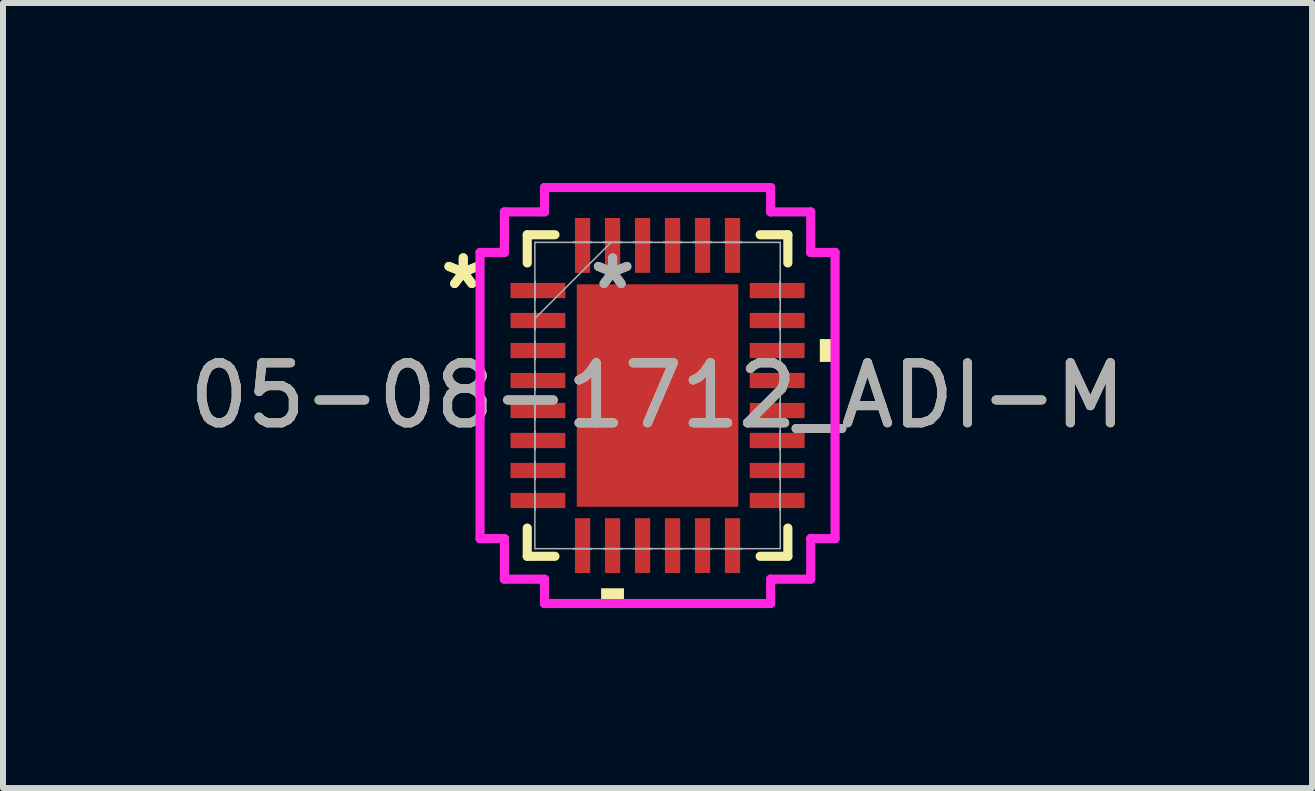
<source format=kicad_pcb>
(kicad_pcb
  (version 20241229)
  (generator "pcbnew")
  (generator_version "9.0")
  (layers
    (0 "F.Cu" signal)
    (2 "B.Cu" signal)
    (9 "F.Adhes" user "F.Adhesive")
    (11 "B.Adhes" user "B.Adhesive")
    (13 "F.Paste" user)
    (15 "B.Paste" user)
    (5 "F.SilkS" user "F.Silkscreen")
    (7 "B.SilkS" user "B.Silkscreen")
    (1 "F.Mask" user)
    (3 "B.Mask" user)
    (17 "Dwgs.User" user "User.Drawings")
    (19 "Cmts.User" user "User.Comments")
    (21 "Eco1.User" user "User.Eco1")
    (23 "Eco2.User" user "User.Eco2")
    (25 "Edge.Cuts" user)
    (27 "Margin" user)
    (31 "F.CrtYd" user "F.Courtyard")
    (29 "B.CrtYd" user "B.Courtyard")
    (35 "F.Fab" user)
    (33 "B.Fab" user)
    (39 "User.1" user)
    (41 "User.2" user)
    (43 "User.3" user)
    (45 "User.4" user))
  (footprint "05-08-1712_ADI-M"
    (layer "F.Cu")
    (at 7.911 3.543)
    (property "Reference" "05-08-1712_ADI-M" (at 0 0 0) (unlocked yes) (layer "F.SilkS") (effects (font (size 1 1) (thickness 0.15))))
    (attr smd)
    (fp_line (start -2.172 -2.68) (end -2.172 -2.21) (stroke (width 0.152) (type solid)) (layer "F.SilkS"))
    (fp_line (start -2.172 2.21) (end -2.172 2.68) (stroke (width 0.152) (type solid)) (layer "F.SilkS"))
    (fp_line (start -2.172 2.68) (end -1.71 2.68) (stroke (width 0.152) (type solid)) (layer "F.SilkS"))
    (fp_line (start -1.71 -2.68) (end -2.172 -2.68) (stroke (width 0.152) (type solid)) (layer "F.SilkS"))
    (fp_line (start 1.71 2.68) (end 2.172 2.68) (stroke (width 0.152) (type solid)) (layer "F.SilkS"))
    (fp_line (start 2.172 -2.68) (end 1.71 -2.68) (stroke (width 0.152) (type solid)) (layer "F.SilkS"))
    (fp_line (start 2.172 -2.21) (end 2.172 -2.68) (stroke (width 0.152) (type solid)) (layer "F.SilkS"))
    (fp_line (start 2.172 2.68) (end 2.172 2.21) (stroke (width 0.152) (type solid)) (layer "F.SilkS"))
    (fp_poly (pts (xy -0.941 3.213) (xy -0.941 3.467) (xy -0.56 3.467) (xy -0.56 3.213)) (stroke (width 0) (type solid)) (fill yes) (layer "F.SilkS"))
    (fp_poly (pts (xy 2.959 -0.941) (xy 2.959 -0.56) (xy 2.705 -0.56) (xy 2.705 -0.941)) (stroke (width 0) (type solid)) (fill yes) (layer "F.SilkS"))
    (fp_line (start -2.959 -2.385) (end -2.553 -2.385) (stroke (width 0.152) (type solid)) (layer "F.CrtYd"))
    (fp_line (start -2.959 2.385) (end -2.959 -2.385) (stroke (width 0.152) (type solid)) (layer "F.CrtYd"))
    (fp_line (start -2.553 -3.061) (end -1.885 -3.061) (stroke (width 0.152) (type solid)) (layer "F.CrtYd"))
    (fp_line (start -2.553 -2.385) (end -2.553 -3.061) (stroke (width 0.152) (type solid)) (layer "F.CrtYd"))
    (fp_line (start -2.553 2.385) (end -2.959 2.385) (stroke (width 0.152) (type solid)) (layer "F.CrtYd"))
    (fp_line (start -2.553 3.061) (end -2.553 2.385) (stroke (width 0.152) (type solid)) (layer "F.CrtYd"))
    (fp_line (start -1.885 -3.467) (end 1.885 -3.467) (stroke (width 0.152) (type solid)) (layer "F.CrtYd"))
    (fp_line (start -1.885 -3.061) (end -1.885 -3.467) (stroke (width 0.152) (type solid)) (layer "F.CrtYd"))
    (fp_line (start -1.885 3.061) (end -2.553 3.061) (stroke (width 0.152) (type solid)) (layer "F.CrtYd"))
    (fp_line (start -1.885 3.467) (end -1.885 3.061) (stroke (width 0.152) (type solid)) (layer "F.CrtYd"))
    (fp_line (start 1.885 -3.467) (end 1.885 -3.061) (stroke (width 0.152) (type solid)) (layer "F.CrtYd"))
    (fp_line (start 1.885 -3.061) (end 2.553 -3.061) (stroke (width 0.152) (type solid)) (layer "F.CrtYd"))
    (fp_line (start 1.885 3.061) (end 1.885 3.467) (stroke (width 0.152) (type solid)) (layer "F.CrtYd"))
    (fp_line (start 1.885 3.467) (end -1.885 3.467) (stroke (width 0.152) (type solid)) (layer "F.CrtYd"))
    (fp_line (start 2.553 -3.061) (end 2.553 -2.385) (stroke (width 0.152) (type solid)) (layer "F.CrtYd"))
    (fp_line (start 2.553 -2.385) (end 2.959 -2.385) (stroke (width 0.152) (type solid)) (layer "F.CrtYd"))
    (fp_line (start 2.553 2.385) (end 2.553 3.061) (stroke (width 0.152) (type solid)) (layer "F.CrtYd"))
    (fp_line (start 2.553 3.061) (end 1.885 3.061) (stroke (width 0.152) (type solid)) (layer "F.CrtYd"))
    (fp_line (start 2.959 -2.385) (end 2.959 2.385) (stroke (width 0.152) (type solid)) (layer "F.CrtYd"))
    (fp_line (start 2.959 2.385) (end 2.553 2.385) (stroke (width 0.152) (type solid)) (layer "F.CrtYd"))
    (fp_line (start -2.045 -2.553) (end -2.045 2.553) (stroke (width 0.025) (type solid)) (layer "F.Fab"))
    (fp_line (start -2.045 -1.902) (end -2.045 -1.902) (stroke (width 0.025) (type solid)) (layer "F.Fab"))
    (fp_line (start -2.045 -1.902) (end -2.045 -1.598) (stroke (width 0.025) (type solid)) (layer "F.Fab"))
    (fp_line (start -2.045 -1.598) (end -2.045 -1.902) (stroke (width 0.025) (type solid)) (layer "F.Fab"))
    (fp_line (start -2.045 -1.598) (end -2.045 -1.598) (stroke (width 0.025) (type solid)) (layer "F.Fab"))
    (fp_line (start -2.045 -1.402) (end -2.045 -1.402) (stroke (width 0.025) (type solid)) (layer "F.Fab"))
    (fp_line (start -2.045 -1.402) (end -2.045 -1.098) (stroke (width 0.025) (type solid)) (layer "F.Fab"))
    (fp_line (start -2.045 -1.283) (end -0.775 -2.553) (stroke (width 0.025) (type solid)) (layer "F.Fab"))
    (fp_line (start -2.045 -1.098) (end -2.045 -1.402) (stroke (width 0.025) (type solid)) (layer "F.Fab"))
    (fp_line (start -2.045 -1.098) (end -2.045 -1.098) (stroke (width 0.025) (type solid)) (layer "F.Fab"))
    (fp_line (start -2.045 -0.902) (end -2.045 -0.902) (stroke (width 0.025) (type solid)) (layer "F.Fab"))
    (fp_line (start -2.045 -0.902) (end -2.045 -0.598) (stroke (width 0.025) (type solid)) (layer "F.Fab"))
    (fp_line (start -2.045 -0.598) (end -2.045 -0.902) (stroke (width 0.025) (type solid)) (layer "F.Fab"))
    (fp_line (start -2.045 -0.598) (end -2.045 -0.598) (stroke (width 0.025) (type solid)) (layer "F.Fab"))
    (fp_line (start -2.045 -0.402) (end -2.045 -0.402) (stroke (width 0.025) (type solid)) (layer "F.Fab"))
    (fp_line (start -2.045 -0.402) (end -2.045 -0.098) (stroke (width 0.025) (type solid)) (layer "F.Fab"))
    (fp_line (start -2.045 -0.098) (end -2.045 -0.402) (stroke (width 0.025) (type solid)) (layer "F.Fab"))
    (fp_line (start -2.045 -0.098) (end -2.045 -0.098) (stroke (width 0.025) (type solid)) (layer "F.Fab"))
    (fp_line (start -2.045 0.098) (end -2.045 0.098) (stroke (width 0.025) (type solid)) (layer "F.Fab"))
    (fp_line (start -2.045 0.098) (end -2.045 0.402) (stroke (width 0.025) (type solid)) (layer "F.Fab"))
    (fp_line (start -2.045 0.402) (end -2.045 0.098) (stroke (width 0.025) (type solid)) (layer "F.Fab"))
    (fp_line (start -2.045 0.402) (end -2.045 0.402) (stroke (width 0.025) (type solid)) (layer "F.Fab"))
    (fp_line (start -2.045 0.598) (end -2.045 0.598) (stroke (width 0.025) (type solid)) (layer "F.Fab"))
    (fp_line (start -2.045 0.598) (end -2.045 0.902) (stroke (width 0.025) (type solid)) (layer "F.Fab"))
    (fp_line (start -2.045 0.902) (end -2.045 0.598) (stroke (width 0.025) (type solid)) (layer "F.Fab"))
    (fp_line (start -2.045 0.902) (end -2.045 0.902) (stroke (width 0.025) (type solid)) (layer "F.Fab"))
    (fp_line (start -2.045 1.098) (end -2.045 1.098) (stroke (width 0.025) (type solid)) (layer "F.Fab"))
    (fp_line (start -2.045 1.098) (end -2.045 1.402) (stroke (width 0.025) (type solid)) (layer "F.Fab"))
    (fp_line (start -2.045 1.402) (end -2.045 1.098) (stroke (width 0.025) (type solid)) (layer "F.Fab"))
    (fp_line (start -2.045 1.402) (end -2.045 1.402) (stroke (width 0.025) (type solid)) (layer "F.Fab"))
    (fp_line (start -2.045 1.598) (end -2.045 1.598) (stroke (width 0.025) (type solid)) (layer "F.Fab"))
    (fp_line (start -2.045 1.598) (end -2.045 1.902) (stroke (width 0.025) (type solid)) (layer "F.Fab"))
    (fp_line (start -2.045 1.902) (end -2.045 1.598) (stroke (width 0.025) (type solid)) (layer "F.Fab"))
    (fp_line (start -2.045 1.902) (end -2.045 1.902) (stroke (width 0.025) (type solid)) (layer "F.Fab"))
    (fp_line (start -2.045 2.553) (end 2.045 2.553) (stroke (width 0.025) (type solid)) (layer "F.Fab"))
    (fp_line (start -1.402 -2.553) (end -1.402 -2.553) (stroke (width 0.025) (type solid)) (layer "F.Fab"))
    (fp_line (start -1.402 -2.553) (end -1.098 -2.553) (stroke (width 0.025) (type solid)) (layer "F.Fab"))
    (fp_line (start -1.402 2.553) (end -1.402 2.553) (stroke (width 0.025) (type solid)) (layer "F.Fab"))
    (fp_line (start -1.402 2.553) (end -1.098 2.553) (stroke (width 0.025) (type solid)) (layer "F.Fab"))
    (fp_line (start -1.098 -2.553) (end -1.402 -2.553) (stroke (width 0.025) (type solid)) (layer "F.Fab"))
    (fp_line (start -1.098 -2.553) (end -1.098 -2.553) (stroke (width 0.025) (type solid)) (layer "F.Fab"))
    (fp_line (start -1.098 2.553) (end -1.402 2.553) (stroke (width 0.025) (type solid)) (layer "F.Fab"))
    (fp_line (start -1.098 2.553) (end -1.098 2.553) (stroke (width 0.025) (type solid)) (layer "F.Fab"))
    (fp_line (start -0.902 -2.553) (end -0.902 -2.553) (stroke (width 0.025) (type solid)) (layer "F.Fab"))
    (fp_line (start -0.902 -2.553) (end -0.598 -2.553) (stroke (width 0.025) (type solid)) (layer "F.Fab"))
    (fp_line (start -0.902 2.553) (end -0.902 2.553) (stroke (width 0.025) (type solid)) (layer "F.Fab"))
    (fp_line (start -0.902 2.553) (end -0.598 2.553) (stroke (width 0.025) (type solid)) (layer "F.Fab"))
    (fp_line (start -0.598 -2.553) (end -0.902 -2.553) (stroke (width 0.025) (type solid)) (layer "F.Fab"))
    (fp_line (start -0.598 -2.553) (end -0.598 -2.553) (stroke (width 0.025) (type solid)) (layer "F.Fab"))
    (fp_line (start -0.598 2.553) (end -0.902 2.553) (stroke (width 0.025) (type solid)) (layer "F.Fab"))
    (fp_line (start -0.598 2.553) (end -0.598 2.553) (stroke (width 0.025) (type solid)) (layer "F.Fab"))
    (fp_line (start -0.402 -2.553) (end -0.402 -2.553) (stroke (width 0.025) (type solid)) (layer "F.Fab"))
    (fp_line (start -0.402 -2.553) (end -0.098 -2.553) (stroke (width 0.025) (type solid)) (layer "F.Fab"))
    (fp_line (start -0.402 2.553) (end -0.402 2.553) (stroke (width 0.025) (type solid)) (layer "F.Fab"))
    (fp_line (start -0.402 2.553) (end -0.098 2.553) (stroke (width 0.025) (type solid)) (layer "F.Fab"))
    (fp_line (start -0.098 -2.553) (end -0.402 -2.553) (stroke (width 0.025) (type solid)) (layer "F.Fab"))
    (fp_line (start -0.098 -2.553) (end -0.098 -2.553) (stroke (width 0.025) (type solid)) (layer "F.Fab"))
    (fp_line (start -0.098 2.553) (end -0.402 2.553) (stroke (width 0.025) (type solid)) (layer "F.Fab"))
    (fp_line (start -0.098 2.553) (end -0.098 2.553) (stroke (width 0.025) (type solid)) (layer "F.Fab"))
    (fp_line (start 0.098 -2.553) (end 0.098 -2.553) (stroke (width 0.025) (type solid)) (layer "F.Fab"))
    (fp_line (start 0.098 -2.553) (end 0.402 -2.553) (stroke (width 0.025) (type solid)) (layer "F.Fab"))
    (fp_line (start 0.098 2.553) (end 0.098 2.553) (stroke (width 0.025) (type solid)) (layer "F.Fab"))
    (fp_line (start 0.098 2.553) (end 0.402 2.553) (stroke (width 0.025) (type solid)) (layer "F.Fab"))
    (fp_line (start 0.402 -2.553) (end 0.098 -2.553) (stroke (width 0.025) (type solid)) (layer "F.Fab"))
    (fp_line (start 0.402 -2.553) (end 0.402 -2.553) (stroke (width 0.025) (type solid)) (layer "F.Fab"))
    (fp_line (start 0.402 2.553) (end 0.098 2.553) (stroke (width 0.025) (type solid)) (layer "F.Fab"))
    (fp_line (start 0.402 2.553) (end 0.402 2.553) (stroke (width 0.025) (type solid)) (layer "F.Fab"))
    (fp_line (start 0.598 -2.553) (end 0.598 -2.553) (stroke (width 0.025) (type solid)) (layer "F.Fab"))
    (fp_line (start 0.598 -2.553) (end 0.902 -2.553) (stroke (width 0.025) (type solid)) (layer "F.Fab"))
    (fp_line (start 0.598 2.553) (end 0.598 2.553) (stroke (width 0.025) (type solid)) (layer "F.Fab"))
    (fp_line (start 0.598 2.553) (end 0.902 2.553) (stroke (width 0.025) (type solid)) (layer "F.Fab"))
    (fp_line (start 0.902 -2.553) (end 0.598 -2.553) (stroke (width 0.025) (type solid)) (layer "F.Fab"))
    (fp_line (start 0.902 -2.553) (end 0.902 -2.553) (stroke (width 0.025) (type solid)) (layer "F.Fab"))
    (fp_line (start 0.902 2.553) (end 0.598 2.553) (stroke (width 0.025) (type solid)) (layer "F.Fab"))
    (fp_line (start 0.902 2.553) (end 0.902 2.553) (stroke (width 0.025) (type solid)) (layer "F.Fab"))
    (fp_line (start 1.098 -2.553) (end 1.098 -2.553) (stroke (width 0.025) (type solid)) (layer "F.Fab"))
    (fp_line (start 1.098 -2.553) (end 1.402 -2.553) (stroke (width 0.025) (type solid)) (layer "F.Fab"))
    (fp_line (start 1.098 2.553) (end 1.098 2.553) (stroke (width 0.025) (type solid)) (layer "F.Fab"))
    (fp_line (start 1.098 2.553) (end 1.402 2.553) (stroke (width 0.025) (type solid)) (layer "F.Fab"))
    (fp_line (start 1.402 -2.553) (end 1.098 -2.553) (stroke (width 0.025) (type solid)) (layer "F.Fab"))
    (fp_line (start 1.402 -2.553) (end 1.402 -2.553) (stroke (width 0.025) (type solid)) (layer "F.Fab"))
    (fp_line (start 1.402 2.553) (end 1.098 2.553) (stroke (width 0.025) (type solid)) (layer "F.Fab"))
    (fp_line (start 1.402 2.553) (end 1.402 2.553) (stroke (width 0.025) (type solid)) (layer "F.Fab"))
    (fp_line (start 2.045 -2.553) (end -2.045 -2.553) (stroke (width 0.025) (type solid)) (layer "F.Fab"))
    (fp_line (start 2.045 -1.902) (end 2.045 -1.902) (stroke (width 0.025) (type solid)) (layer "F.Fab"))
    (fp_line (start 2.045 -1.902) (end 2.045 -1.598) (stroke (width 0.025) (type solid)) (layer "F.Fab"))
    (fp_line (start 2.045 -1.598) (end 2.045 -1.902) (stroke (width 0.025) (type solid)) (layer "F.Fab"))
    (fp_line (start 2.045 -1.598) (end 2.045 -1.598) (stroke (width 0.025) (type solid)) (layer "F.Fab"))
    (fp_line (start 2.045 -1.402) (end 2.045 -1.402) (stroke (width 0.025) (type solid)) (layer "F.Fab"))
    (fp_line (start 2.045 -1.402) (end 2.045 -1.098) (stroke (width 0.025) (type solid)) (layer "F.Fab"))
    (fp_line (start 2.045 -1.098) (end 2.045 -1.402) (stroke (width 0.025) (type solid)) (layer "F.Fab"))
    (fp_line (start 2.045 -1.098) (end 2.045 -1.098) (stroke (width 0.025) (type solid)) (layer "F.Fab"))
    (fp_line (start 2.045 -0.902) (end 2.045 -0.902) (stroke (width 0.025) (type solid)) (layer "F.Fab"))
    (fp_line (start 2.045 -0.902) (end 2.045 -0.598) (stroke (width 0.025) (type solid)) (layer "F.Fab"))
    (fp_line (start 2.045 -0.598) (end 2.045 -0.902) (stroke (width 0.025) (type solid)) (layer "F.Fab"))
    (fp_line (start 2.045 -0.598) (end 2.045 -0.598) (stroke (width 0.025) (type solid)) (layer "F.Fab"))
    (fp_line (start 2.045 -0.402) (end 2.045 -0.402) (stroke (width 0.025) (type solid)) (layer "F.Fab"))
    (fp_line (start 2.045 -0.402) (end 2.045 -0.098) (stroke (width 0.025) (type solid)) (layer "F.Fab"))
    (fp_line (start 2.045 -0.098) (end 2.045 -0.402) (stroke (width 0.025) (type solid)) (layer "F.Fab"))
    (fp_line (start 2.045 -0.098) (end 2.045 -0.098) (stroke (width 0.025) (type solid)) (layer "F.Fab"))
    (fp_line (start 2.045 0.098) (end 2.045 0.098) (stroke (width 0.025) (type solid)) (layer "F.Fab"))
    (fp_line (start 2.045 0.098) (end 2.045 0.402) (stroke (width 0.025) (type solid)) (layer "F.Fab"))
    (fp_line (start 2.045 0.402) (end 2.045 0.098) (stroke (width 0.025) (type solid)) (layer "F.Fab"))
    (fp_line (start 2.045 0.402) (end 2.045 0.402) (stroke (width 0.025) (type solid)) (layer "F.Fab"))
    (fp_line (start 2.045 0.598) (end 2.045 0.598) (stroke (width 0.025) (type solid)) (layer "F.Fab"))
    (fp_line (start 2.045 0.598) (end 2.045 0.902) (stroke (width 0.025) (type solid)) (layer "F.Fab"))
    (fp_line (start 2.045 0.902) (end 2.045 0.598) (stroke (width 0.025) (type solid)) (layer "F.Fab"))
    (fp_line (start 2.045 0.902) (end 2.045 0.902) (stroke (width 0.025) (type solid)) (layer "F.Fab"))
    (fp_line (start 2.045 1.098) (end 2.045 1.098) (stroke (width 0.025) (type solid)) (layer "F.Fab"))
    (fp_line (start 2.045 1.098) (end 2.045 1.402) (stroke (width 0.025) (type solid)) (layer "F.Fab"))
    (fp_line (start 2.045 1.402) (end 2.045 1.098) (stroke (width 0.025) (type solid)) (layer "F.Fab"))
    (fp_line (start 2.045 1.402) (end 2.045 1.402) (stroke (width 0.025) (type solid)) (layer "F.Fab"))
    (fp_line (start 2.045 1.598) (end 2.045 1.598) (stroke (width 0.025) (type solid)) (layer "F.Fab"))
    (fp_line (start 2.045 1.598) (end 2.045 1.902) (stroke (width 0.025) (type solid)) (layer "F.Fab"))
    (fp_line (start 2.045 1.902) (end 2.045 1.598) (stroke (width 0.025) (type solid)) (layer "F.Fab"))
    (fp_line (start 2.045 1.902) (end 2.045 1.902) (stroke (width 0.025) (type solid)) (layer "F.Fab"))
    (fp_line (start 2.045 2.553) (end 2.045 -2.553) (stroke (width 0.025) (type solid)) (layer "F.Fab"))
    (fp_text user "*" (at -3.239 -1.75 0) (layer "F.SilkS") (effects (font (size 1 1) (thickness 0.15))))
    (fp_text user "*" (at -3.239 -1.75 0) (unlocked yes) (layer "F.SilkS") (effects (font (size 1 1) (thickness 0.15))))
    (fp_text user "${REFERENCE}" (at 0 0 0) (unlocked yes) (layer "F.Fab") (effects (font (size 1 1) (thickness 0.15))))
    (fp_text user "*" (at -0.749 -1.75 0) (unlocked yes) (layer "F.Fab") (effects (font (size 1 1) (thickness 0.15))))
    (fp_text user "*" (at -0.749 -1.75 0) (layer "F.Fab") (effects (font (size 1 1) (thickness 0.15))))
    (pad "1" smd rect (at -1.994 -1.75 90) (size 0.254 0.914) (layers "F.Cu" "F.Mask" "F.Paste"))
    (pad "2" smd rect (at -1.994 -1.25 90) (size 0.254 0.914) (layers "F.Cu" "F.Mask" "F.Paste"))
    (pad "3" smd rect (at -1.994 -0.75 90) (size 0.254 0.914) (layers "F.Cu" "F.Mask" "F.Paste"))
    (pad "4" smd rect (at -1.994 -0.25 90) (size 0.254 0.914) (layers "F.Cu" "F.Mask" "F.Paste"))
    (pad "5" smd rect (at -1.994 0.25 90) (size 0.254 0.914) (layers "F.Cu" "F.Mask" "F.Paste"))
    (pad "6" smd rect (at -1.994 0.75 90) (size 0.254 0.914) (layers "F.Cu" "F.Mask" "F.Paste"))
    (pad "7" smd rect (at -1.994 1.25 90) (size 0.254 0.914) (layers "F.Cu" "F.Mask" "F.Paste"))
    (pad "8" smd rect (at -1.994 1.75 90) (size 0.254 0.914) (layers "F.Cu" "F.Mask" "F.Paste"))
    (pad "9" smd rect (at -1.25 2.502) (size 0.254 0.914) (layers "F.Cu" "F.Mask" "F.Paste"))
    (pad "10" smd rect (at -0.75 2.502) (size 0.254 0.914) (layers "F.Cu" "F.Mask" "F.Paste"))
    (pad "11" smd rect (at -0.25 2.502) (size 0.254 0.914) (layers "F.Cu" "F.Mask" "F.Paste"))
    (pad "12" smd rect (at 0.25 2.502) (size 0.254 0.914) (layers "F.Cu" "F.Mask" "F.Paste"))
    (pad "13" smd rect (at 0.75 2.502) (size 0.254 0.914) (layers "F.Cu" "F.Mask" "F.Paste"))
    (pad "14" smd rect (at 1.25 2.502) (size 0.254 0.914) (layers "F.Cu" "F.Mask" "F.Paste"))
    (pad "15" smd rect (at 1.994 1.75 90) (size 0.254 0.914) (layers "F.Cu" "F.Mask" "F.Paste"))
    (pad "16" smd rect (at 1.994 1.25 90) (size 0.254 0.914) (layers "F.Cu" "F.Mask" "F.Paste"))
    (pad "17" smd rect (at 1.994 0.75 90) (size 0.254 0.914) (layers "F.Cu" "F.Mask" "F.Paste"))
    (pad "18" smd rect (at 1.994 0.25 90) (size 0.254 0.914) (layers "F.Cu" "F.Mask" "F.Paste"))
    (pad "19" smd rect (at 1.994 -0.25 90) (size 0.254 0.914) (layers "F.Cu" "F.Mask" "F.Paste"))
    (pad "20" smd rect (at 1.994 -0.75 90) (size 0.254 0.914) (layers "F.Cu" "F.Mask" "F.Paste"))
    (pad "21" smd rect (at 1.994 -1.25 90) (size 0.254 0.914) (layers "F.Cu" "F.Mask" "F.Paste"))
    (pad "22" smd rect (at 1.994 -1.75 90) (size 0.254 0.914) (layers "F.Cu" "F.Mask" "F.Paste"))
    (pad "23" smd rect (at 1.25 -2.502) (size 0.254 0.914) (layers "F.Cu" "F.Mask" "F.Paste"))
    (pad "24" smd rect (at 0.75 -2.502) (size 0.254 0.914) (layers "F.Cu" "F.Mask" "F.Paste"))
    (pad "25" smd rect (at 0.25 -2.502) (size 0.254 0.914) (layers "F.Cu" "F.Mask" "F.Paste"))
    (pad "26" smd rect (at -0.25 -2.502) (size 0.254 0.914) (layers "F.Cu" "F.Mask" "F.Paste"))
    (pad "27" smd rect (at -0.75 -2.502) (size 0.254 0.914) (layers "F.Cu" "F.Mask" "F.Paste"))
    (pad "28" smd rect (at -1.25 -2.502) (size 0.254 0.914) (layers "F.Cu" "F.Mask" "F.Paste"))
    (pad "29" smd rect (at 0 0) (size 2.692 3.708) (layers "F.Cu" "F.Mask" "F.Paste")))
  (gr_rect
    (start -3 -3)
    (end 18.821 10.087)
    (stroke (width 0.1) (type default))
    (fill no)
    (layer "Edge.Cuts")))
</source>
